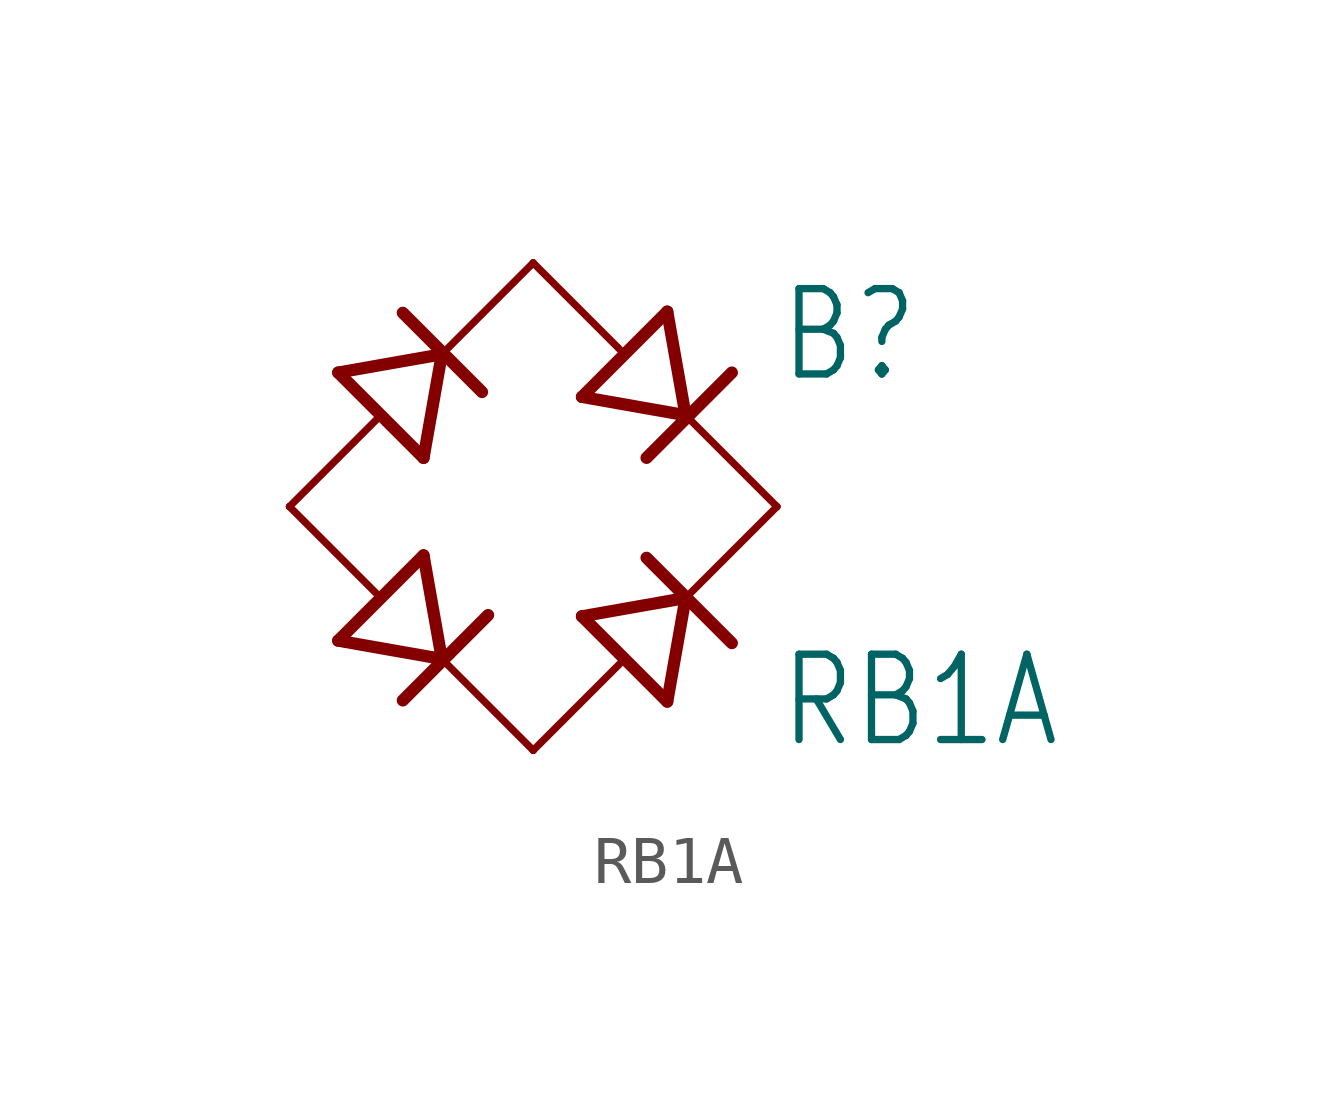
<source format=kicad_sym>
(kicad_symbol_lib
  (version 20211014)
  (generator kicad_symbol_editor)
  (symbol "RB1A"
    (property "Reference" "B"
      (at 5.08 2.54 0)
      (effects (font (size 1.778 1.511)) (justify left bottom)))
    (property "Value" "RB1A"
      (at 5.08 -5.08 0)
      (effects (font (size 1.778 1.511)) (justify left bottom)))
    (property "ki_locked" ""
      (at 0 0 0)
      (effects (font (size 1.27 1.27))))
    (symbol "RB1A_1_0"
      (polyline (pts (xy -5.08 0) (xy -3.277 1.803)) (stroke (width 0.152) (type default) (color 0 0 0 0)) (fill (type none)))
      (polyline (pts (xy -4.064 -2.794) (xy -2.286 -1.016)) (stroke (width 0.254) (type default) (color 0 0 0 0)) (fill (type none)))
      (polyline (pts (xy -4.064 2.794) (xy -2.286 1.016)) (stroke (width 0.254) (type default) (color 0 0 0 0)) (fill (type none)))
      (polyline (pts (xy -3.277 -1.803) (xy -5.08 0)) (stroke (width 0.152) (type default) (color 0 0 0 0)) (fill (type none)))
      (polyline (pts (xy -2.718 -4.039) (xy -0.94 -2.261)) (stroke (width 0.254) (type default) (color 0 0 0 0)) (fill (type none)))
      (polyline (pts (xy -2.718 4.039) (xy -1.067 2.388)) (stroke (width 0.254) (type default) (color 0 0 0 0)) (fill (type none)))
      (polyline (pts (xy -1.905 -3.175) (xy -4.064 -2.794)) (stroke (width 0.254) (type default) (color 0 0 0 0)) (fill (type none)))
      (polyline (pts (xy -1.905 -3.175) (xy -2.286 -1.016)) (stroke (width 0.254) (type default) (color 0 0 0 0)) (fill (type none)))
      (polyline (pts (xy -1.905 3.175) (xy -4.064 2.794)) (stroke (width 0.254) (type default) (color 0 0 0 0)) (fill (type none)))
      (polyline (pts (xy -1.905 3.175) (xy -2.286 1.016)) (stroke (width 0.254) (type default) (color 0 0 0 0)) (fill (type none)))
      (polyline (pts (xy -1.905 3.175) (xy 0 5.08)) (stroke (width 0.152) (type default) (color 0 0 0 0)) (fill (type none)))
      (polyline (pts (xy 0 -5.08) (xy -1.905 -3.175)) (stroke (width 0.152) (type default) (color 0 0 0 0)) (fill (type none)))
      (polyline (pts (xy 0 -5.08) (xy 1.803 -3.277)) (stroke (width 0.152) (type default) (color 0 0 0 0)) (fill (type none)))
      (polyline (pts (xy 0 5.08) (xy 1.803 3.277)) (stroke (width 0.152) (type default) (color 0 0 0 0)) (fill (type none)))
      (polyline (pts (xy 1.016 -2.286) (xy 2.794 -4.064)) (stroke (width 0.254) (type default) (color 0 0 0 0)) (fill (type none)))
      (polyline (pts (xy 1.016 2.286) (xy 2.794 4.064)) (stroke (width 0.254) (type default) (color 0 0 0 0)) (fill (type none)))
      (polyline (pts (xy 2.362 -1.067) (xy 4.14 -2.845)) (stroke (width 0.254) (type default) (color 0 0 0 0)) (fill (type none)))
      (polyline (pts (xy 2.362 1.016) (xy 4.14 2.794)) (stroke (width 0.254) (type default) (color 0 0 0 0)) (fill (type none)))
      (polyline (pts (xy 3.175 -1.905) (xy 1.016 -2.286)) (stroke (width 0.254) (type default) (color 0 0 0 0)) (fill (type none)))
      (polyline (pts (xy 3.175 -1.905) (xy 2.794 -4.064)) (stroke (width 0.254) (type default) (color 0 0 0 0)) (fill (type none)))
      (polyline (pts (xy 3.175 1.905) (xy 1.016 2.286)) (stroke (width 0.254) (type default) (color 0 0 0 0)) (fill (type none)))
      (polyline (pts (xy 3.175 1.905) (xy 2.794 4.064)) (stroke (width 0.254) (type default) (color 0 0 0 0)) (fill (type none)))
      (polyline (pts (xy 3.175 1.905) (xy 5.08 0)) (stroke (width 0.152) (type default) (color 0 0 0 0)) (fill (type none)))
      (polyline (pts (xy 5.08 0) (xy 3.175 -1.905)) (stroke (width 0.152) (type default) (color 0 0 0 0)) (fill (type none)))
      (pin passive line (at 5.08 0 180) (length 0) (name "+" (effects (font (size 0 0)))) (number "+" (effects (font (size 0 0)))))
      (pin passive line (at -5.08 0 0) (length 0) (name "-" (effects (font (size 0 0)))) (number "-" (effects (font (size 0 0)))))
      (pin passive line (at 0 5.08 270) (length 0) (name "AC1" (effects (font (size 0 0)))) (number "AC1" (effects (font (size 0 0)))))
      (pin passive line (at 0 -5.08 90) (length 0) (name "AC2" (effects (font (size 0 0)))) (number "AC2" (effects (font (size 0 0))))))))
</source>
